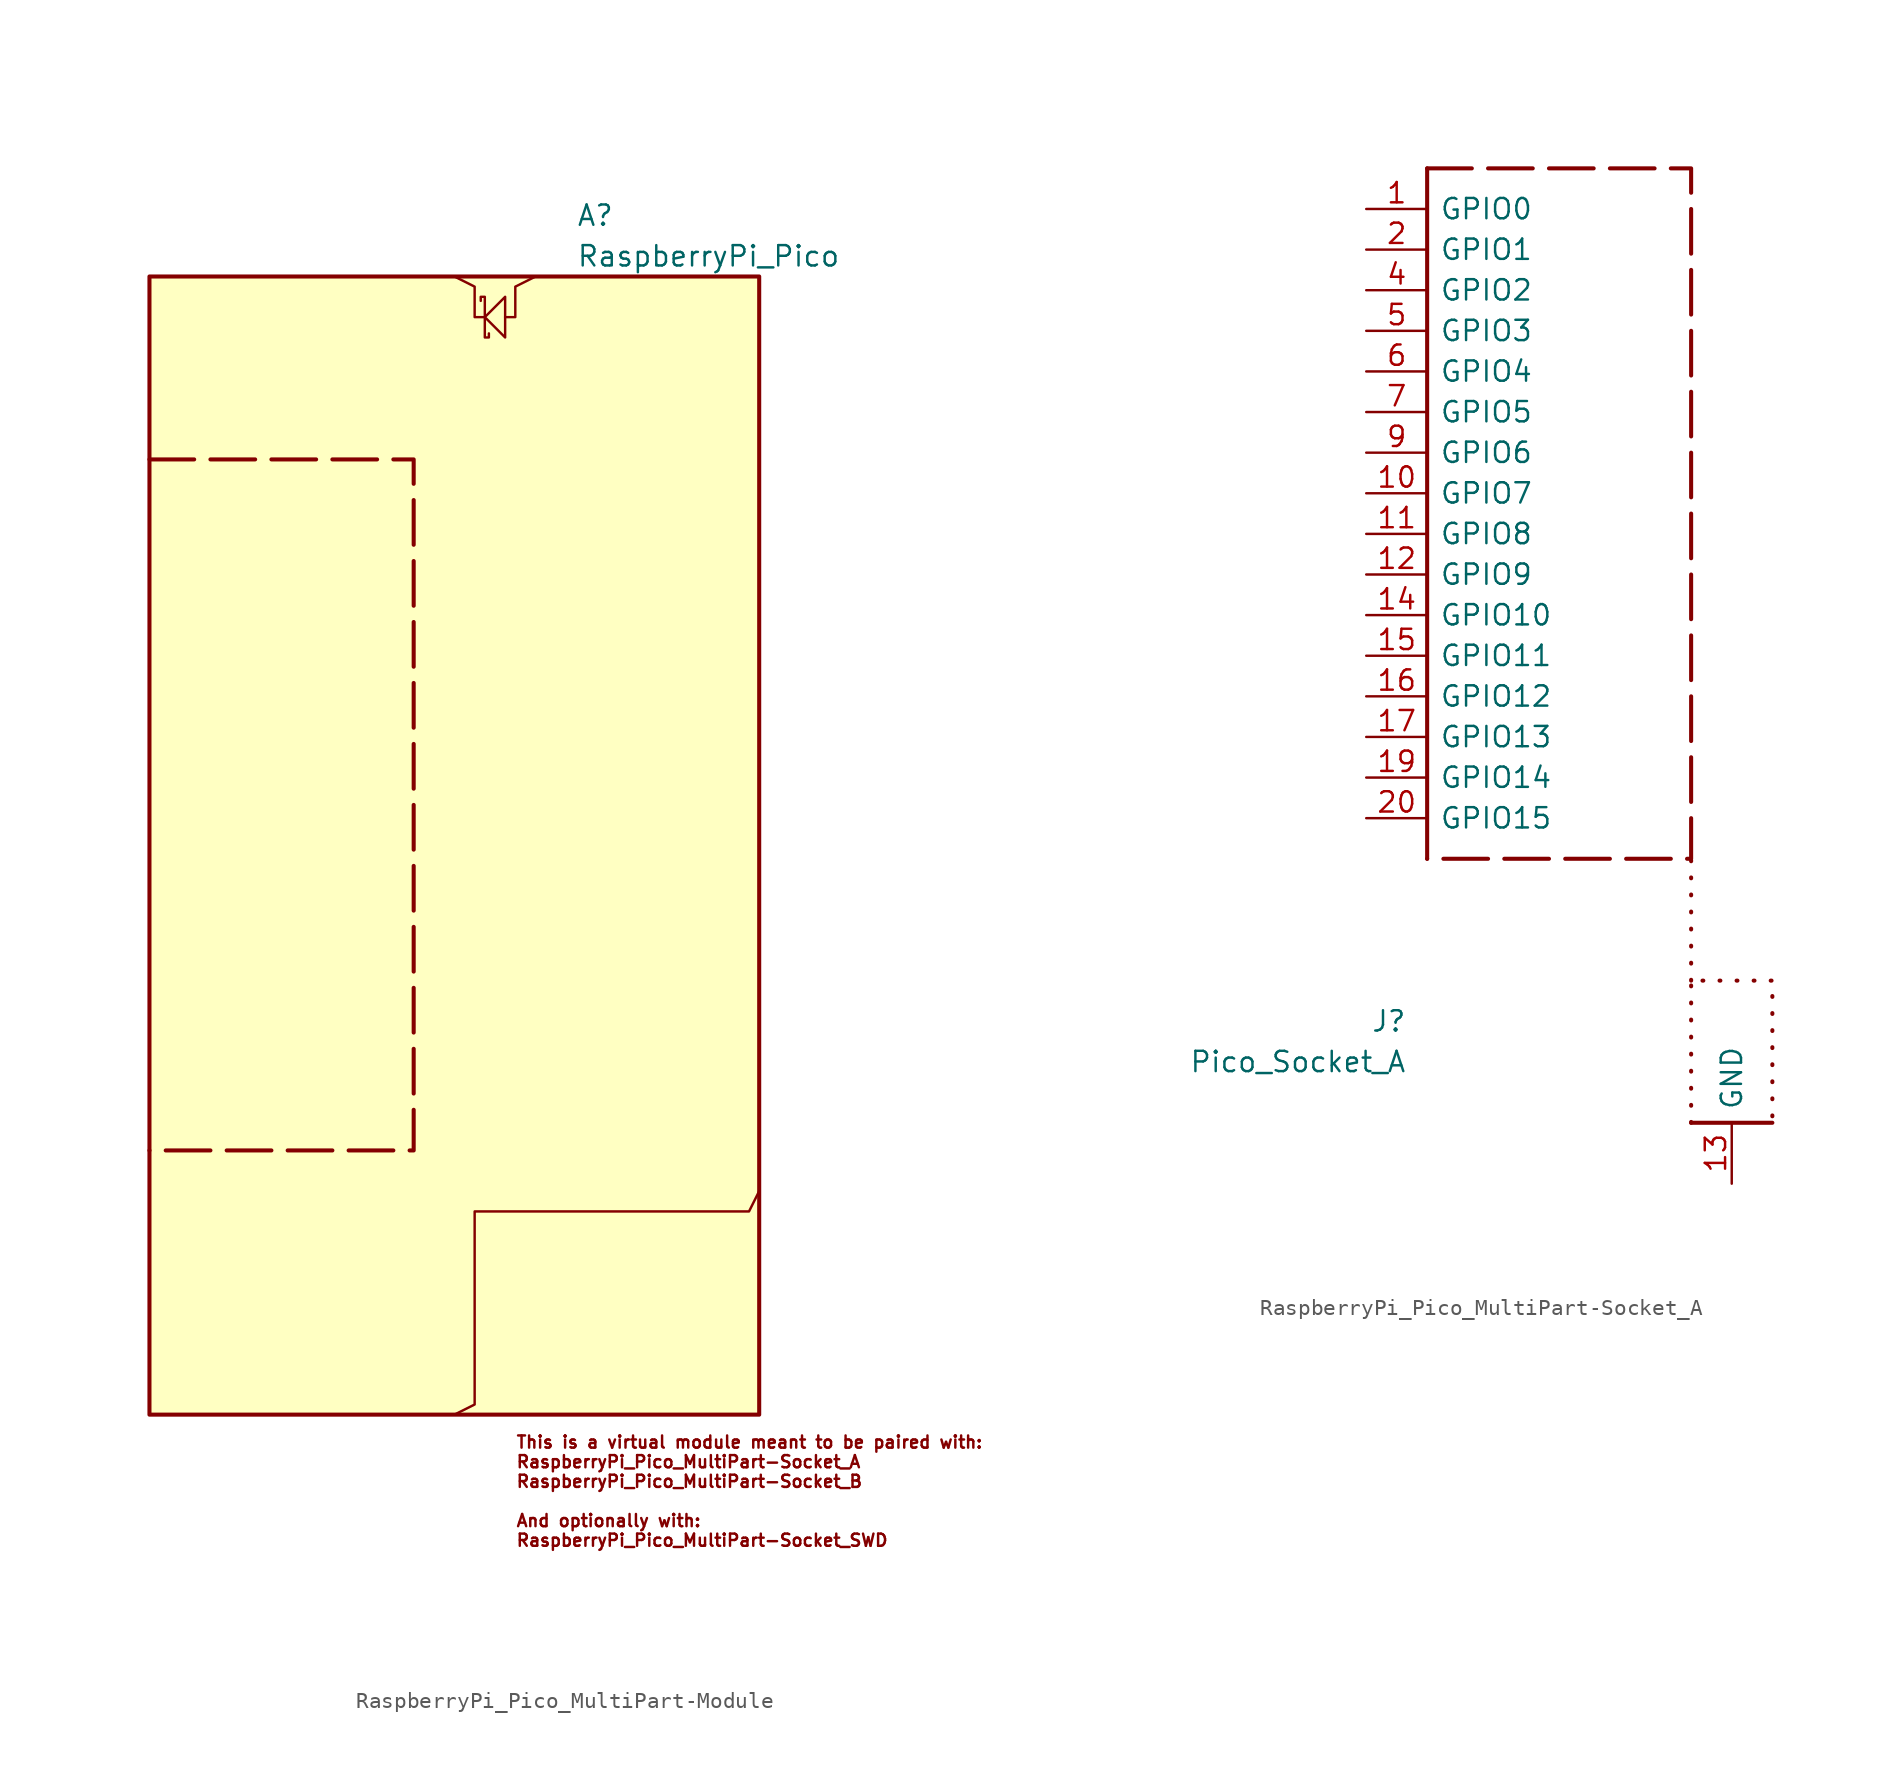
<source format=kicad_sym>
(kicad_symbol_lib
  (version 20220914)
  (generator kicad_symbol_editor)
  (symbol "RaspberryPi_Pico_MultiPart-Module"
    (pin_names
      (offset 0.762))
    (property "Reference" "A"
      (at 7.62 40.64 0)
      (do_not_autoplace)
      (effects (font (size 1.27 1.27)) (justify left)))
    (property "Value" "RaspberryPi_Pico"
      (at 7.62 38.1 0)
      (do_not_autoplace)
      (effects (font (size 1.27 1.27)) (justify left)))
    (symbol "RaspberryPi_Pico_MultiPart-Module_0_1"
      (polyline (pts (xy 0 36.83) (xy 1.27 36.195) (xy 1.27 34.29) (xy 1.905 34.29)) (stroke (width 0) (type default)) (fill (type none)))
      (polyline (pts (xy 1.905 34.29) (xy 3.175 35.56) (xy 3.175 33.02) (xy 1.905 34.29)) (stroke (width 0) (type default)) (fill (type none)))
      (polyline (pts (xy 5.08 36.83) (xy 3.81 36.195) (xy 3.81 34.29) (xy 3.175 34.29)) (stroke (width 0) (type default)) (fill (type none)))
      (polyline (pts (xy 0 -34.29) (xy 1.27 -33.655) (xy 1.27 -21.59) (xy 18.415 -21.59) (xy 19.05 -20.32)) (stroke (width 0) (type default)) (fill (type none)))
      (polyline (pts (xy 1.651 35.306) (xy 1.651 35.56) (xy 1.905 35.56) (xy 1.905 33.02) (xy 2.159 33.02) (xy 2.159 33.274)) (stroke (width 0) (type default)) (fill (type none))))
    (symbol "RaspberryPi_Pico_MultiPart-Module_1_1"
      (rectangle (start -19.05 36.83) (end 19.05 -34.29) (stroke (width 0.254) (type default)) (fill (type background)))
      (polyline (pts (xy -19.05 25.4) (xy -2.54 25.4) (xy -2.54 -17.78) (xy -19.05 -17.78)) (stroke (width 0.254) (type dash)) (fill (type none)))
      (text "This is a virtual module meant to be paired with:\nRaspberryPi_Pico_MultiPart-Socket_A\nRaspberryPi_Pico_MultiPart-Socket_B\n\nAnd optionally with:\nRaspberryPi_Pico_MultiPart-Socket_SWD\n" (at 3.81 -35.56 0) (effects (font (size 0.762 0.762)) (justify left top)))))
  (symbol "RaspberryPi_Pico_MultiPart-Socket_A"
    (pin_names
      (offset 0.762))
    (property "Reference" "J"
      (at -20.32 -27.94 0)
      (do_not_autoplace)
      (effects (font (size 1.27 1.27)) (justify right)))
    (property "Value" "Pico_Socket_A"
      (at -20.32 -30.48 0)
      (do_not_autoplace)
      (effects (font (size 1.27 1.27)) (justify right)))
    (symbol "RaspberryPi_Pico_MultiPart-Socket_A_1_1"
      (polyline (pts (xy -19.05 25.4) (xy -19.05 -17.78)) (stroke (width 0.254) (type default)) (fill (type none)))
      (polyline (pts (xy -2.54 -34.29) (xy 2.54 -34.29)) (stroke (width 0.254) (type default)) (fill (type none)))
      (polyline (pts (xy -2.54 -25.4) (xy -2.54 -17.78)) (stroke (width 0.254) (type dot)) (fill (type none)))
      (polyline (pts (xy -19.05 25.4) (xy -2.54 25.4) (xy -2.54 -17.78) (xy -19.05 -17.78)) (stroke (width 0.254) (type dash)) (fill (type none)))
      (polyline (pts (xy -2.54 -34.29) (xy -2.54 -25.4) (xy 2.54 -25.4) (xy 2.54 -34.29)) (stroke (width 0.254) (type dot)) (fill (type none)))
      (pin bidirectional line (at -22.86 22.86 0) (length 3.81) (name "GPIO0" (effects (font (size 1.27 1.27)))) (number "1" (effects (font (size 1.27 1.27)))) (alternate "I2C0_SDA" bidirectional line) (alternate "PWM0_A" output line) (alternate "SPI0_RX" input line) (alternate "UART0_TX" output line) (alternate "USB_OVCUR_DET" input line))
      (pin bidirectional line (at -22.86 5.08 0) (length 3.81) (name "GPIO7" (effects (font (size 1.27 1.27)))) (number "10" (effects (font (size 1.27 1.27)))) (alternate "I2C1_SCL" bidirectional clock) (alternate "PWM3_B" bidirectional line) (alternate "SPI0_TX" output line) (alternate "UART1_RTS" output line) (alternate "USB_VBUS_DET" input line))
      (pin bidirectional line (at -22.86 2.54 0) (length 3.81) (name "GPIO8" (effects (font (size 1.27 1.27)))) (number "11" (effects (font (size 1.27 1.27)))) (alternate "I2C0_SDA" bidirectional line) (alternate "PWM4_A" output line) (alternate "SPI1_RX" input line) (alternate "UART1_TX" output line) (alternate "USB_VBUS_EN" output line))
      (pin bidirectional line (at -22.86 0 0) (length 3.81) (name "GPIO9" (effects (font (size 1.27 1.27)))) (number "12" (effects (font (size 1.27 1.27)))) (alternate "I2C0_SCL" bidirectional clock) (alternate "PWM4_B" bidirectional line) (alternate "UART1_RX" input line) (alternate "USB_OVCUR_DET" input line) (alternate "~{SPI1_CSn}" bidirectional line))
      (pin power_out line (at 0 -38.1 90) (length 3.81) (name "GND" (effects (font (size 1.27 1.27)))) (number "13" (effects (font (size 1.27 1.27)))) (alternate "GND_IN" power_in line))
      (pin bidirectional line (at -22.86 -2.54 0) (length 3.81) (name "GPIO10" (effects (font (size 1.27 1.27)))) (number "14" (effects (font (size 1.27 1.27)))) (alternate "I2C1_SDA" bidirectional line) (alternate "PWM5_A" output line) (alternate "SPI1_SCK" bidirectional clock) (alternate "UART1_CTS" input line) (alternate "USB_VBUS_DET" input line))
      (pin bidirectional line (at -22.86 -5.08 0) (length 3.81) (name "GPIO11" (effects (font (size 1.27 1.27)))) (number "15" (effects (font (size 1.27 1.27)))) (alternate "I2C1_SCL" bidirectional clock) (alternate "PWM5_B" bidirectional line) (alternate "SPI1_TX" output line) (alternate "UART1_RTS" output line) (alternate "USB_VBUS_EN" output line))
      (pin bidirectional line (at -22.86 -7.62 0) (length 3.81) (name "GPIO12" (effects (font (size 1.27 1.27)))) (number "16" (effects (font (size 1.27 1.27)))) (alternate "I2C0_SDA" bidirectional line) (alternate "PWM6_A" output line) (alternate "SPI1_RX" input line) (alternate "UART0_TX" output line) (alternate "USB_OVCUR_DET" input line))
      (pin bidirectional line (at -22.86 -10.16 0) (length 3.81) (name "GPIO13" (effects (font (size 1.27 1.27)))) (number "17" (effects (font (size 1.27 1.27)))) (alternate "I2C0_SCL" bidirectional clock) (alternate "PWM6_B" bidirectional line) (alternate "UART0_RX" input line) (alternate "USB_VBUS_DET" input line) (alternate "~{SPI1_CSn}" bidirectional line))
      (pin passive line (at 0 -38.1 90) (length 3.81) hide (name "GND" (effects (font (size 1.27 1.27)))) (number "18" (effects (font (size 1.27 1.27)))))
      (pin bidirectional line (at -22.86 -12.7 0) (length 3.81) (name "GPIO14" (effects (font (size 1.27 1.27)))) (number "19" (effects (font (size 1.27 1.27)))) (alternate "I2C1_SDA" bidirectional line) (alternate "PWM7_A" output line) (alternate "SPI1_SCK" bidirectional clock) (alternate "UART0_CTS" input line) (alternate "USB_VBUS_EN" output line))
      (pin bidirectional line (at -22.86 20.32 0) (length 3.81) (name "GPIO1" (effects (font (size 1.27 1.27)))) (number "2" (effects (font (size 1.27 1.27)))) (alternate "I2C0_SCL" bidirectional clock) (alternate "PWM0_B" bidirectional line) (alternate "UART0_RX" input line) (alternate "USB_VBUS_DET" passive line) (alternate "~{SPI0_CSn}" bidirectional line))
      (pin bidirectional line (at -22.86 -15.24 0) (length 3.81) (name "GPIO15" (effects (font (size 1.27 1.27)))) (number "20" (effects (font (size 1.27 1.27)))) (alternate "I2C1_SCL" bidirectional clock) (alternate "PWM7_B" bidirectional line) (alternate "SPI1_TX" output line) (alternate "UART0_RTS" output line) (alternate "USB_OVCUR_DET" input line))
      (pin passive line (at 0 -38.1 90) (length 3.81) hide (name "GND" (effects (font (size 1.27 1.27)))) (number "3" (effects (font (size 1.27 1.27)))))
      (pin bidirectional line (at -22.86 17.78 0) (length 3.81) (name "GPIO2" (effects (font (size 1.27 1.27)))) (number "4" (effects (font (size 1.27 1.27)))) (alternate "I2C1_SDA" bidirectional line) (alternate "PWM1_A" output line) (alternate "SPI0_SCK" bidirectional clock) (alternate "UART0_CTS" input line) (alternate "USB_VBUS_DET" input line))
      (pin bidirectional line (at -22.86 15.24 0) (length 3.81) (name "GPIO3" (effects (font (size 1.27 1.27)))) (number "5" (effects (font (size 1.27 1.27)))) (alternate "I2C1_SCL" bidirectional clock) (alternate "PWM1_B" bidirectional line) (alternate "SPI0_TX" output line) (alternate "UART0_RTS" output line) (alternate "USB_OVCUR_DET" input line))
      (pin bidirectional line (at -22.86 12.7 0) (length 3.81) (name "GPIO4" (effects (font (size 1.27 1.27)))) (number "6" (effects (font (size 1.27 1.27)))) (alternate "I2C0_SDA" bidirectional line) (alternate "PWM2_A" output line) (alternate "SPI0_RX" input line) (alternate "UART1_TX" output line) (alternate "USB_VBUS_DET" input line))
      (pin bidirectional line (at -22.86 10.16 0) (length 3.81) (name "GPIO5" (effects (font (size 1.27 1.27)))) (number "7" (effects (font (size 1.27 1.27)))) (alternate "I2C0_SCL" bidirectional clock) (alternate "PWM2_B" bidirectional line) (alternate "UART1_RX" input line) (alternate "USB_VBUS_EN" output line) (alternate "~{SPI0_CSn}" bidirectional line))
      (pin passive line (at 0 -38.1 90) (length 3.81) hide (name "GND" (effects (font (size 1.27 1.27)))) (number "8" (effects (font (size 1.27 1.27)))))
      (pin bidirectional line (at -22.86 7.62 0) (length 3.81) (name "GPIO6" (effects (font (size 1.27 1.27)))) (number "9" (effects (font (size 1.27 1.27)))) (alternate "I2C1_SDA" bidirectional line) (alternate "PWM3_A" output line) (alternate "SPI0_SCK" bidirectional clock) (alternate "UART1_CTS" input line) (alternate "USB_OVCUR_DET" input line)))))
</source>
